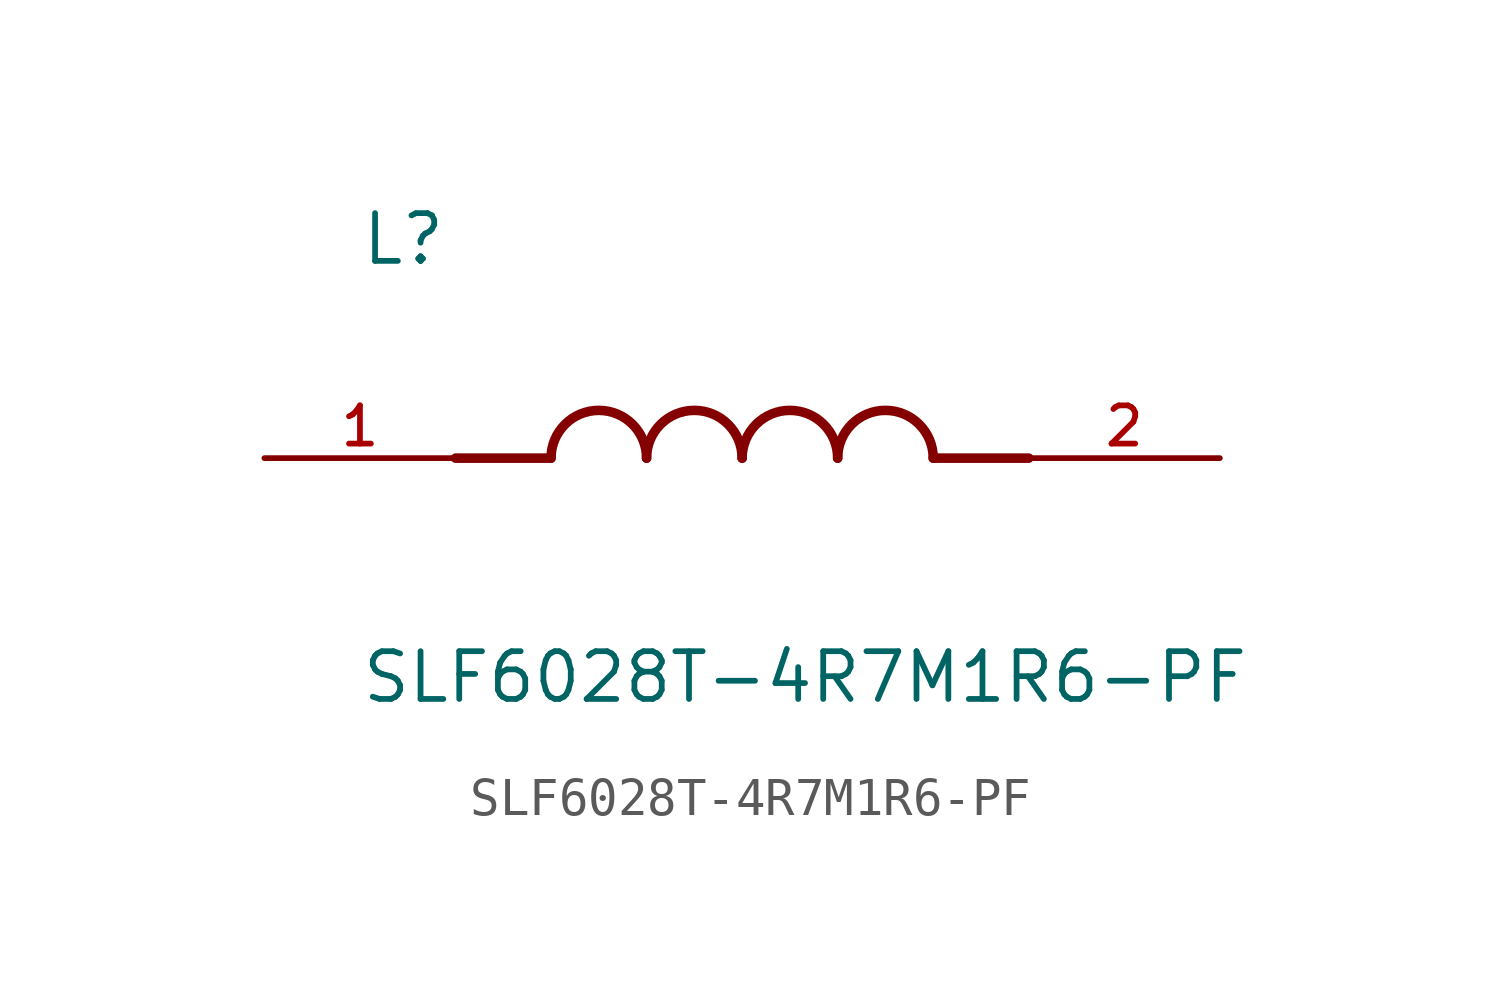
<source format=kicad_sym>
(kicad_symbol_lib
  (version 20211014)
  (generator kicad_symbol_editor)
  (symbol "SLF6028T-4R7M1R6-PF"
    (pin_names
      (offset 1.016))
    (property "Reference" "L"
      (at -10.16 5.08 0)
      (effects (font (size 1.27 1.27)) (justify bottom left)))
    (property "Value" "SLF6028T-4R7M1R6-PF"
      (at -10.16 -5.08 0)
      (effects (font (size 1.27 1.27)) (justify top left)))
    (symbol "SLF6028T-4R7M1R6-PF_0_0"
      (polyline (pts (xy -5.08 0.0) (xy -7.62 0.0)) (stroke (width 0.254)))
      (polyline (pts (xy 5.08 0.0) (xy 7.62 0.0)) (stroke (width 0.254)))
      (arc (start -2.54 0.0) (mid -3.81 1.27) (end -5.08 0.0) (stroke (width 0.254) (type default) (color 0 0 0 0)) (fill (type none)))
      (arc (start 0.0 0.0) (mid -1.27 1.27) (end -2.54 0.0) (stroke (width 0.254) (type default) (color 0 0 0 0)) (fill (type none)))
      (arc (start 2.54 0.0) (mid 1.27 1.27) (end 0.0 0.0) (stroke (width 0.254) (type default) (color 0 0 0 0)) (fill (type none)))
      (arc (start 5.08 0.0) (mid 3.81 1.27) (end 2.54 0.0) (stroke (width 0.254) (type default) (color 0 0 0 0)) (fill (type none)))
      (pin passive line (at -12.7 0.0 0) (length 5.08) (name "~" (effects (font (size 1.016 1.016)))) (number "1" (effects (font (size 1.016 1.016)))))
      (pin passive line (at 12.7 0.0 180.0) (length 5.08) (name "~" (effects (font (size 1.016 1.016)))) (number "2" (effects (font (size 1.016 1.016))))))))
</source>
